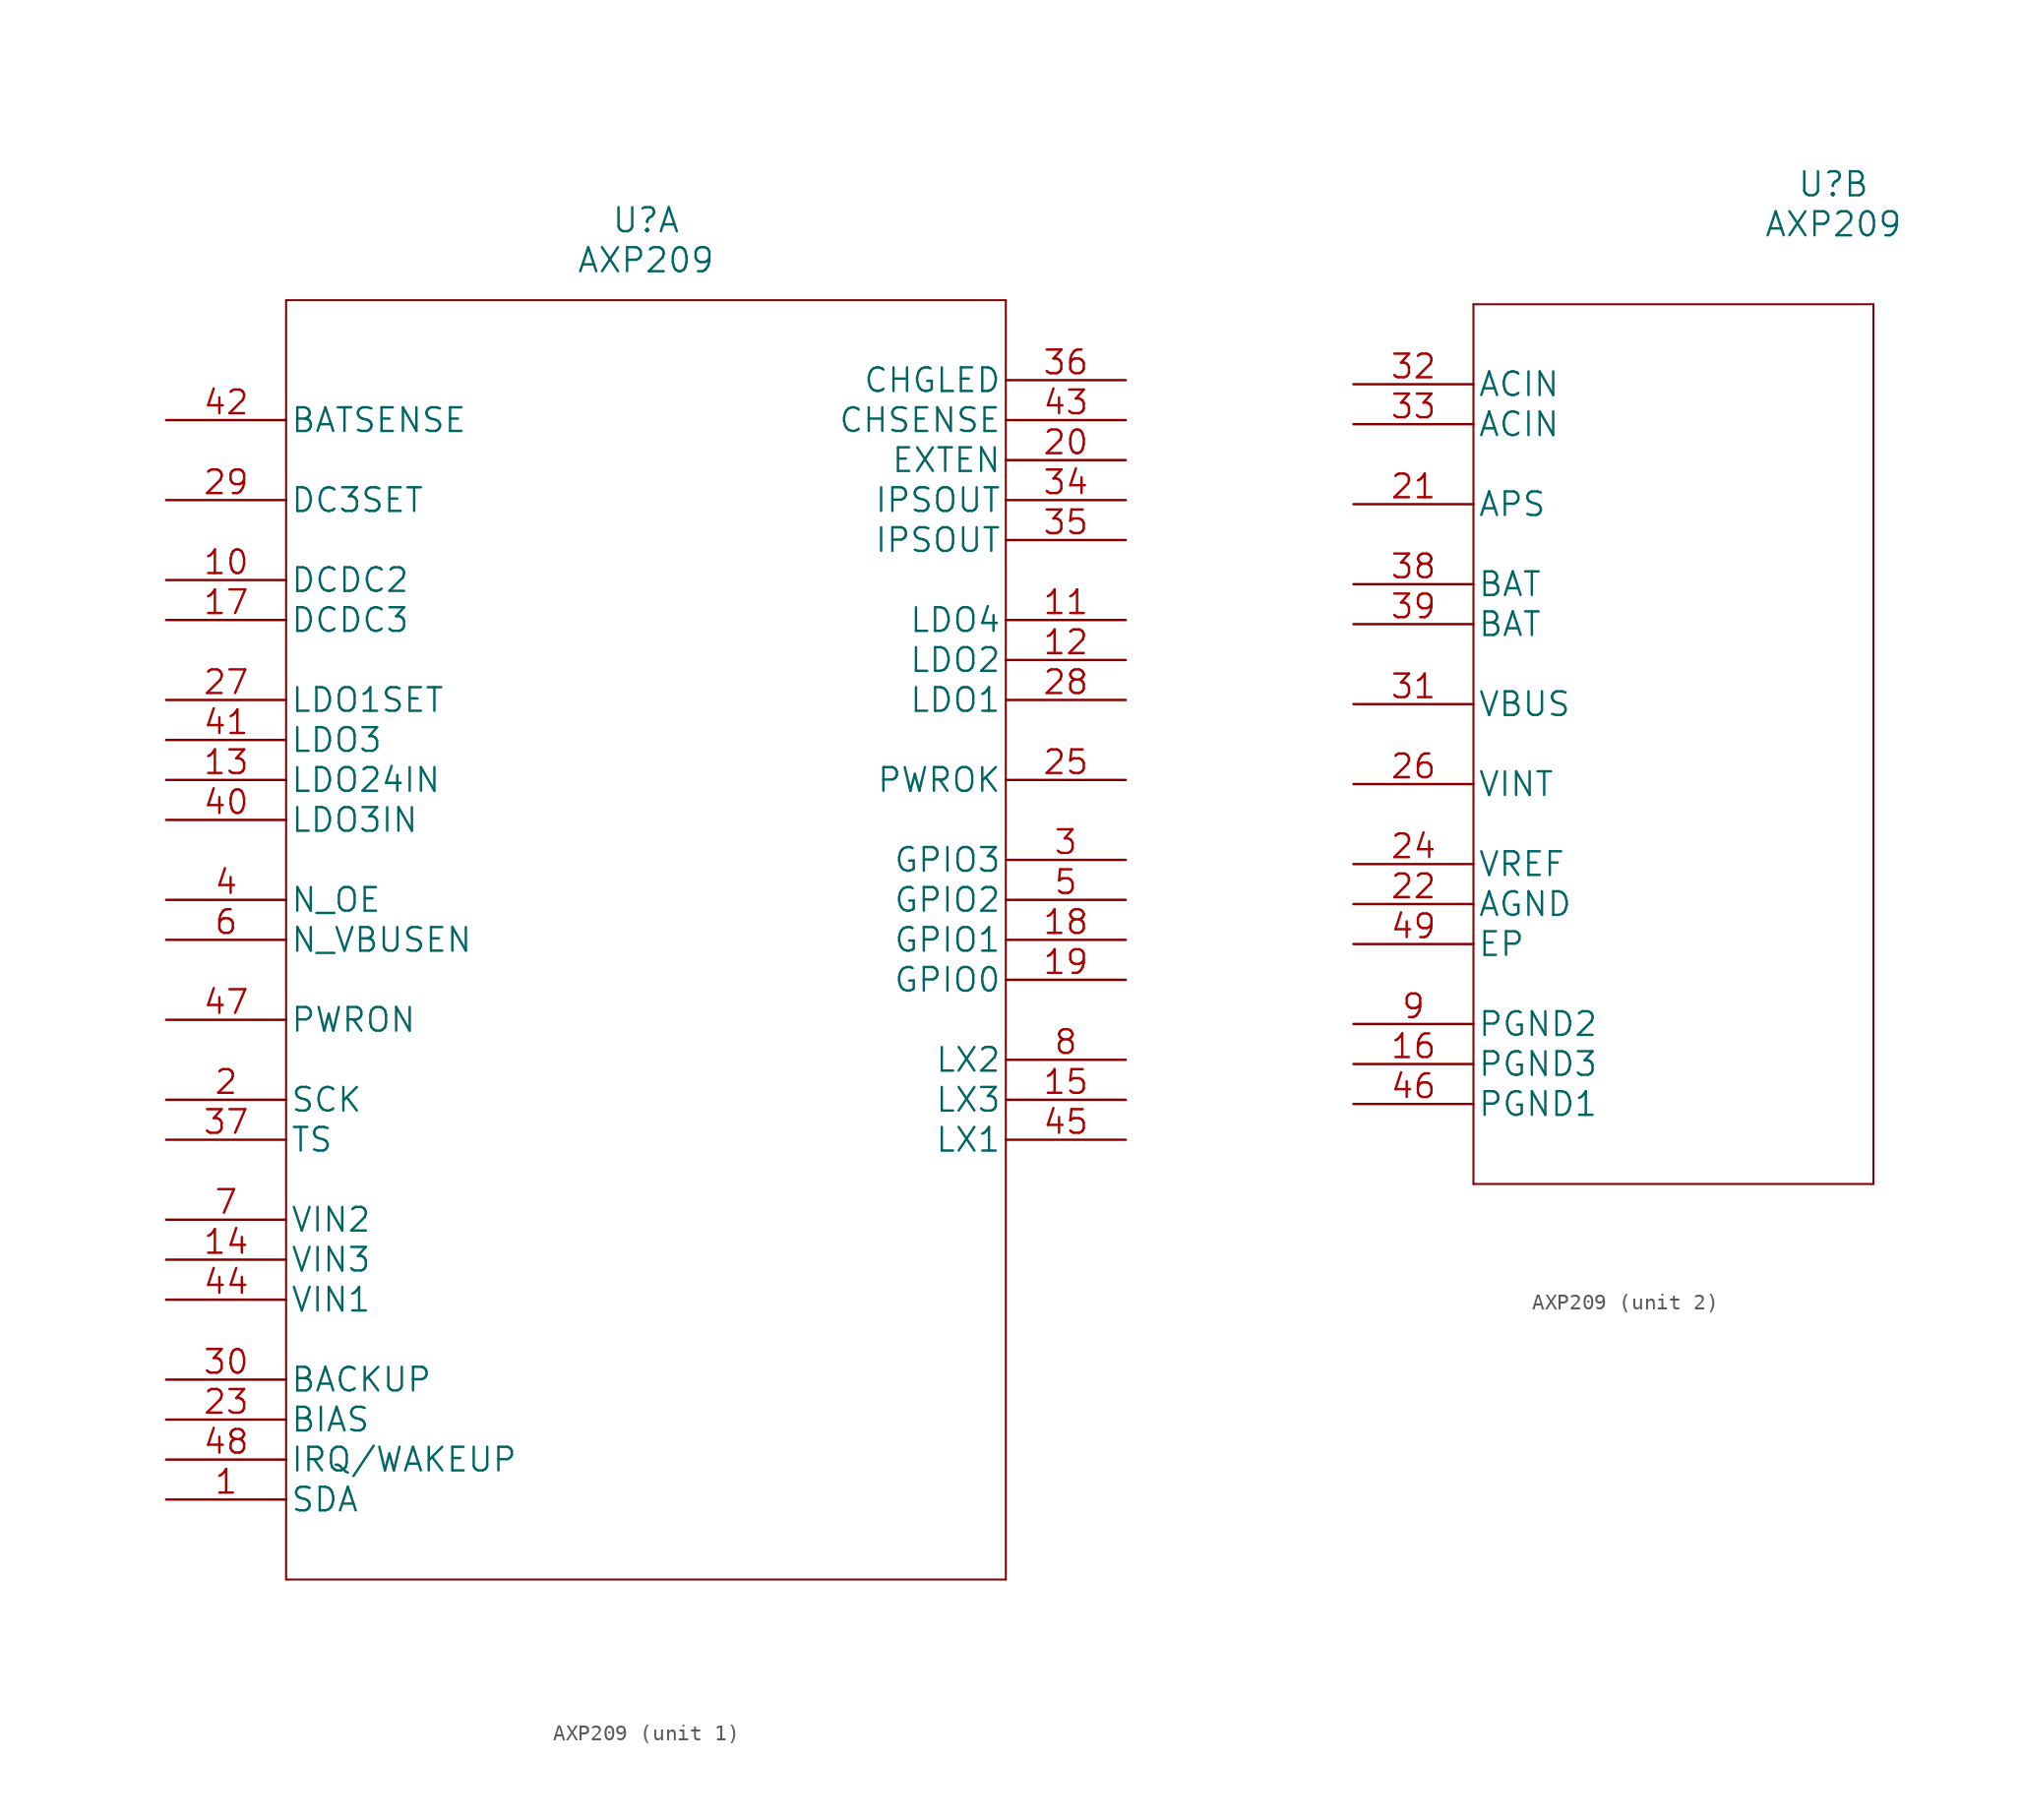
<source format=kicad_sym>
(kicad_symbol_lib
  (version 20201005)
  (generator kicad_symbol_editor)
  (symbol "AXP209"
    (pin_names
      (offset 0.254))
    (property "Reference" "U"
      (at 30.48 12.7 0)
      (effects (font (size 1.524 1.524))))
    (property "Value" "AXP209"
      (at 30.48 10.16 0)
      (effects (font (size 1.524 1.524))))
    (property "Datasheet" ""
      (at 0 0 0)
      (effects (font (size 1.524 1.524))))
    (property "ki_locked" ""
      (at 0 0 0)
      (effects (font (size 1.27 1.27))))
    (symbol "AXP209_1_1"
      (polyline (pts (xy 7.62 -73.66) (xy 53.34 -73.66)) (stroke (width 0.127)) (fill (type none)))
      (polyline (pts (xy 7.62 7.62) (xy 7.62 -73.66)) (stroke (width 0.127)) (fill (type none)))
      (polyline (pts (xy 53.34 -73.66) (xy 53.34 7.62)) (stroke (width 0.127)) (fill (type none)))
      (polyline (pts (xy 53.34 7.62) (xy 7.62 7.62)) (stroke (width 0.127)) (fill (type none)))
      (pin bidirectional line (at 0 -68.58 0) (length 7.62) (name "SDA" (effects (font (size 1.499 1.499)))) (number "1" (effects (font (size 1.499 1.499)))))
      (pin input line (at 0 -10.16 0) (length 7.62) (name "DCDC2" (effects (font (size 1.499 1.499)))) (number "10" (effects (font (size 1.499 1.499)))))
      (pin output line (at 60.96 -12.7 180) (length 7.62) (name "LDO4" (effects (font (size 1.499 1.499)))) (number "11" (effects (font (size 1.499 1.499)))))
      (pin output line (at 60.96 -15.24 180) (length 7.62) (name "LDO2" (effects (font (size 1.499 1.499)))) (number "12" (effects (font (size 1.499 1.499)))))
      (pin power_in line (at 0 -22.86 0) (length 7.62) (name "LDO24IN" (effects (font (size 1.499 1.499)))) (number "13" (effects (font (size 1.499 1.499)))))
      (pin power_in line (at 0 -53.34 0) (length 7.62) (name "VIN3" (effects (font (size 1.499 1.499)))) (number "14" (effects (font (size 1.499 1.499)))))
      (pin bidirectional line (at 60.96 -43.18 180) (length 7.62) (name "LX3" (effects (font (size 1.499 1.499)))) (number "15" (effects (font (size 1.499 1.499)))))
      (pin input line (at 0 -12.7 0) (length 7.62) (name "DCDC3" (effects (font (size 1.499 1.499)))) (number "17" (effects (font (size 1.499 1.499)))))
      (pin bidirectional line (at 60.96 -33.02 180) (length 7.62) (name "GPIO1" (effects (font (size 1.499 1.499)))) (number "18" (effects (font (size 1.499 1.499)))))
      (pin bidirectional line (at 60.96 -35.56 180) (length 7.62) (name "GPIO0" (effects (font (size 1.499 1.499)))) (number "19" (effects (font (size 1.499 1.499)))))
      (pin input line (at 0 -43.18 0) (length 7.62) (name "SCK" (effects (font (size 1.499 1.499)))) (number "2" (effects (font (size 1.499 1.499)))))
      (pin output line (at 60.96 -2.54 180) (length 7.62) (name "EXTEN" (effects (font (size 1.499 1.499)))) (number "20" (effects (font (size 1.499 1.499)))))
      (pin bidirectional line (at 0 -63.5 0) (length 7.62) (name "BIAS" (effects (font (size 1.499 1.499)))) (number "23" (effects (font (size 1.499 1.499)))))
      (pin output line (at 60.96 -22.86 180) (length 7.62) (name "PWROK" (effects (font (size 1.499 1.499)))) (number "25" (effects (font (size 1.499 1.499)))))
      (pin input line (at 0 -17.78 0) (length 7.62) (name "LDO1SET" (effects (font (size 1.499 1.499)))) (number "27" (effects (font (size 1.499 1.499)))))
      (pin output line (at 60.96 -17.78 180) (length 7.62) (name "LDO1" (effects (font (size 1.499 1.499)))) (number "28" (effects (font (size 1.499 1.499)))))
      (pin input line (at 0 -5.08 0) (length 7.62) (name "DC3SET" (effects (font (size 1.499 1.499)))) (number "29" (effects (font (size 1.499 1.499)))))
      (pin bidirectional line (at 60.96 -27.94 180) (length 7.62) (name "GPIO3" (effects (font (size 1.499 1.499)))) (number "3" (effects (font (size 1.499 1.499)))))
      (pin bidirectional line (at 0 -60.96 0) (length 7.62) (name "BACKUP" (effects (font (size 1.499 1.499)))) (number "30" (effects (font (size 1.499 1.499)))))
      (pin bidirectional line (at 60.96 -5.08 180) (length 7.62) (name "IPSOUT" (effects (font (size 1.499 1.499)))) (number "34" (effects (font (size 1.499 1.499)))))
      (pin bidirectional line (at 60.96 -7.62 180) (length 7.62) (name "IPSOUT" (effects (font (size 1.499 1.499)))) (number "35" (effects (font (size 1.499 1.499)))))
      (pin output line (at 60.96 2.54 180) (length 7.62) (name "CHGLED" (effects (font (size 1.499 1.499)))) (number "36" (effects (font (size 1.499 1.499)))))
      (pin input line (at 0 -45.72 0) (length 7.62) (name "TS" (effects (font (size 1.499 1.499)))) (number "37" (effects (font (size 1.499 1.499)))))
      (pin input line (at 0 -30.48 0) (length 7.62) (name "N_OE" (effects (font (size 1.499 1.499)))) (number "4" (effects (font (size 1.499 1.499)))))
      (pin output line (at 0 -25.4 0) (length 7.62) (name "LDO3IN" (effects (font (size 1.499 1.499)))) (number "40" (effects (font (size 1.499 1.499)))))
      (pin input line (at 0 -20.32 0) (length 7.62) (name "LDO3" (effects (font (size 1.499 1.499)))) (number "41" (effects (font (size 1.499 1.499)))))
      (pin input line (at 0 0 0) (length 7.62) (name "BATSENSE" (effects (font (size 1.499 1.499)))) (number "42" (effects (font (size 1.499 1.499)))))
      (pin output line (at 60.96 0 180) (length 7.62) (name "CHSENSE" (effects (font (size 1.499 1.499)))) (number "43" (effects (font (size 1.499 1.499)))))
      (pin power_in line (at 0 -55.88 0) (length 7.62) (name "VIN1" (effects (font (size 1.499 1.499)))) (number "44" (effects (font (size 1.499 1.499)))))
      (pin bidirectional line (at 60.96 -45.72 180) (length 7.62) (name "LX1" (effects (font (size 1.499 1.499)))) (number "45" (effects (font (size 1.499 1.499)))))
      (pin input line (at 0 -38.1 0) (length 7.62) (name "PWRON" (effects (font (size 1.499 1.499)))) (number "47" (effects (font (size 1.499 1.499)))))
      (pin bidirectional line (at 0 -66.04 0) (length 7.62) (name "IRQ/WAKEUP" (effects (font (size 1.499 1.499)))) (number "48" (effects (font (size 1.499 1.499)))))
      (pin bidirectional line (at 60.96 -30.48 180) (length 7.62) (name "GPIO2" (effects (font (size 1.499 1.499)))) (number "5" (effects (font (size 1.499 1.499)))))
      (pin input line (at 0 -33.02 0) (length 7.62) (name "N_VBUSEN" (effects (font (size 1.499 1.499)))) (number "6" (effects (font (size 1.499 1.499)))))
      (pin power_in line (at 0 -50.8 0) (length 7.62) (name "VIN2" (effects (font (size 1.499 1.499)))) (number "7" (effects (font (size 1.499 1.499)))))
      (pin bidirectional line (at 60.96 -40.64 180) (length 7.62) (name "LX2" (effects (font (size 1.499 1.499)))) (number "8" (effects (font (size 1.499 1.499))))))
    (symbol "AXP209_2_1"
      (polyline (pts (xy 7.62 -50.8) (xy 33.02 -50.8)) (stroke (width 0.127)) (fill (type none)))
      (polyline (pts (xy 7.62 5.08) (xy 7.62 -50.8)) (stroke (width 0.127)) (fill (type none)))
      (polyline (pts (xy 33.02 -50.8) (xy 33.02 5.08)) (stroke (width 0.127)) (fill (type none)))
      (polyline (pts (xy 33.02 5.08) (xy 7.62 5.08)) (stroke (width 0.127)) (fill (type none)))
      (pin power_in line (at 0 -43.18 0) (length 7.62) (name "PGND3" (effects (font (size 1.499 1.499)))) (number "16" (effects (font (size 1.499 1.499)))))
      (pin power_in line (at 0 -7.62 0) (length 7.62) (name "APS" (effects (font (size 1.499 1.499)))) (number "21" (effects (font (size 1.499 1.499)))))
      (pin power_in line (at 0 -33.02 0) (length 7.62) (name "AGND" (effects (font (size 1.499 1.499)))) (number "22" (effects (font (size 1.499 1.499)))))
      (pin output line (at 0 -30.48 0) (length 7.62) (name "VREF" (effects (font (size 1.499 1.499)))) (number "24" (effects (font (size 1.499 1.499)))))
      (pin power_in line (at 0 -25.4 0) (length 7.62) (name "VINT" (effects (font (size 1.499 1.499)))) (number "26" (effects (font (size 1.499 1.499)))))
      (pin power_in line (at 0 -20.32 0) (length 7.62) (name "VBUS" (effects (font (size 1.499 1.499)))) (number "31" (effects (font (size 1.499 1.499)))))
      (pin power_in line (at 0 0 0) (length 7.62) (name "ACIN" (effects (font (size 1.499 1.499)))) (number "32" (effects (font (size 1.499 1.499)))))
      (pin power_in line (at 0 -2.54 0) (length 7.62) (name "ACIN" (effects (font (size 1.499 1.499)))) (number "33" (effects (font (size 1.499 1.499)))))
      (pin power_in line (at 0 -12.7 0) (length 7.62) (name "BAT" (effects (font (size 1.499 1.499)))) (number "38" (effects (font (size 1.499 1.499)))))
      (pin power_in line (at 0 -15.24 0) (length 7.62) (name "BAT" (effects (font (size 1.499 1.499)))) (number "39" (effects (font (size 1.499 1.499)))))
      (pin power_in line (at 0 -45.72 0) (length 7.62) (name "PGND1" (effects (font (size 1.499 1.499)))) (number "46" (effects (font (size 1.499 1.499)))))
      (pin power_in line (at 0 -35.56 0) (length 7.62) (name "EP" (effects (font (size 1.499 1.499)))) (number "49" (effects (font (size 1.499 1.499)))))
      (pin power_in line (at 0 -40.64 0) (length 7.62) (name "PGND2" (effects (font (size 1.499 1.499)))) (number "9" (effects (font (size 1.499 1.499))))))))
</source>
